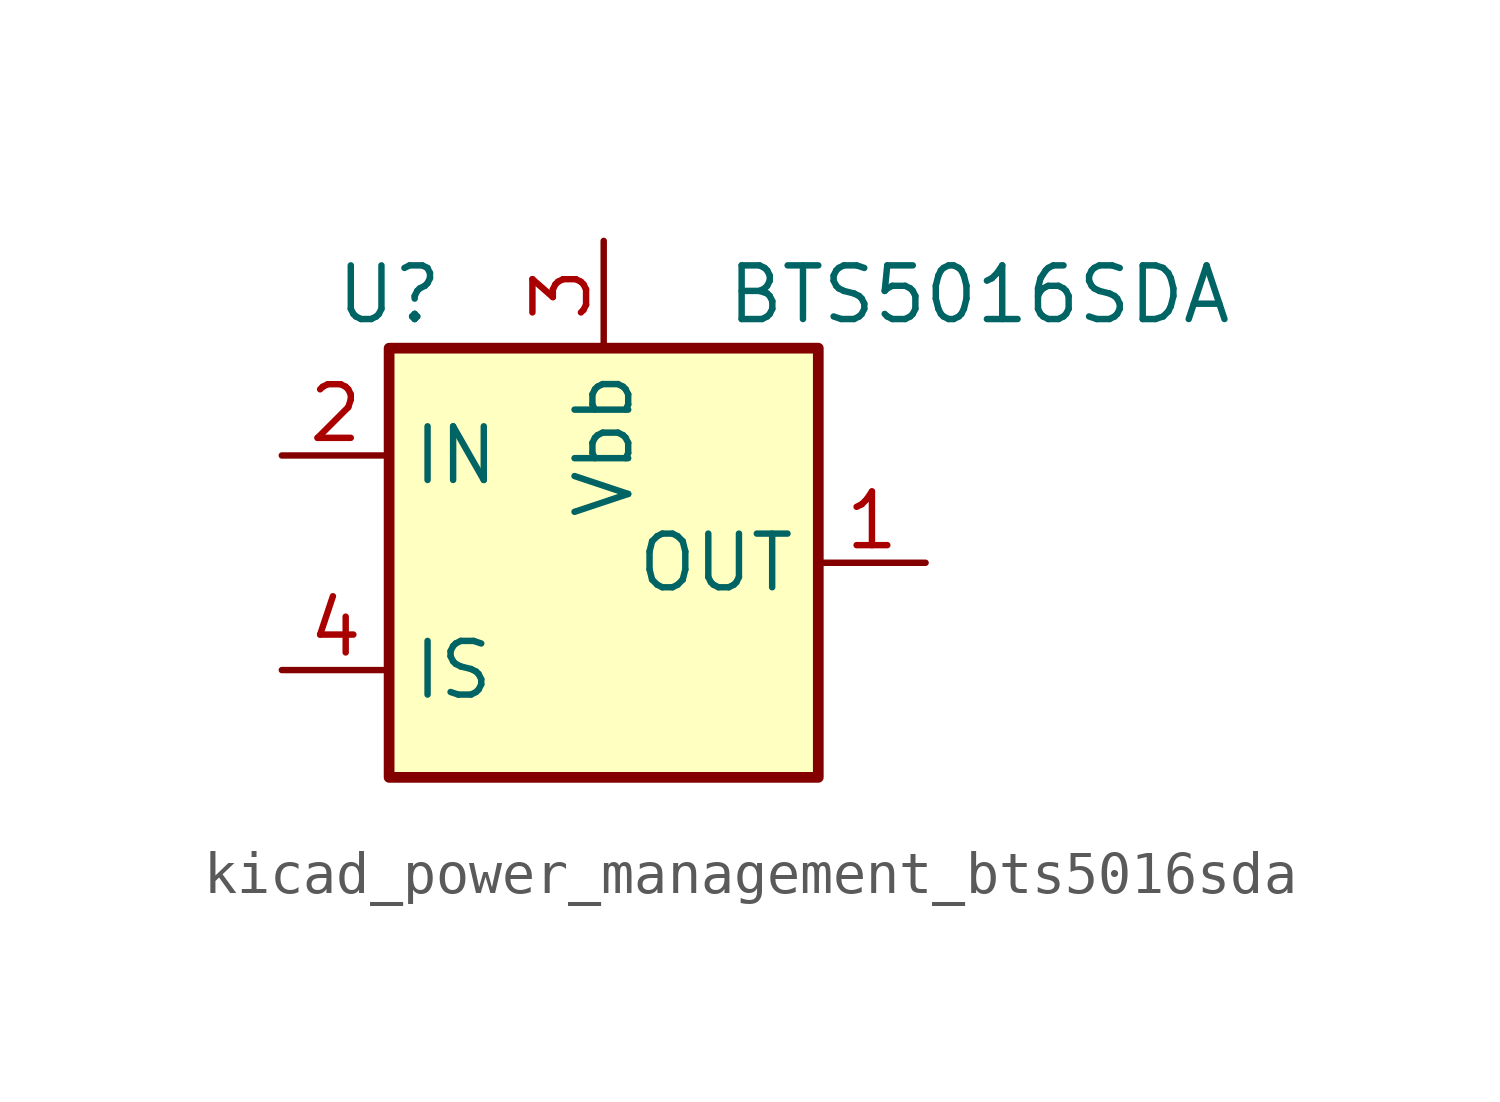
<source format=kicad_sym>
(kicad_symbol_lib
  (version 20220914)
  (generator kicad_symbol_editor)
  (symbol "kicad_power_management_bts5016sda"
    (property "Reference" "U"
      (at -5.08 6.35 0)
      (effects (font (size 1.27 1.27))))
    (property "Value" "BTS5016SDA"
      (at 8.89 6.35 0)
      (effects (font (size 1.27 1.27))))
    (symbol "kicad_power_management_bts5016sda_0_1"
      (rectangle (start -5.08 5.08) (end 5.08 -5.08) (stroke (width 0.254) (type default)) (fill (type background))))
    (symbol "kicad_power_management_bts5016sda_1_1"
      (pin power_out line (at 7.62 0 180) (length 2.54) (name "OUT" (effects (font (size 1.27 1.27)))) (number "1" (effects (font (size 1.27 1.27)))))
      (pin input line (at -7.62 2.54 0) (length 2.54) (name "IN" (effects (font (size 1.27 1.27)))) (number "2" (effects (font (size 1.27 1.27)))))
      (pin power_in line (at 0 7.62 270) (length 2.54) (name "Vbb" (effects (font (size 1.27 1.27)))) (number "3" (effects (font (size 1.27 1.27)))))
      (pin output line (at -7.62 -2.54 0) (length 2.54) (name "IS" (effects (font (size 1.27 1.27)))) (number "4" (effects (font (size 1.27 1.27)))))
      (pin passive line (at 7.62 0 180) (length 2.54) hide (name "OUT" (effects (font (size 1.27 1.27)))) (number "5" (effects (font (size 1.27 1.27))))))))
</source>
